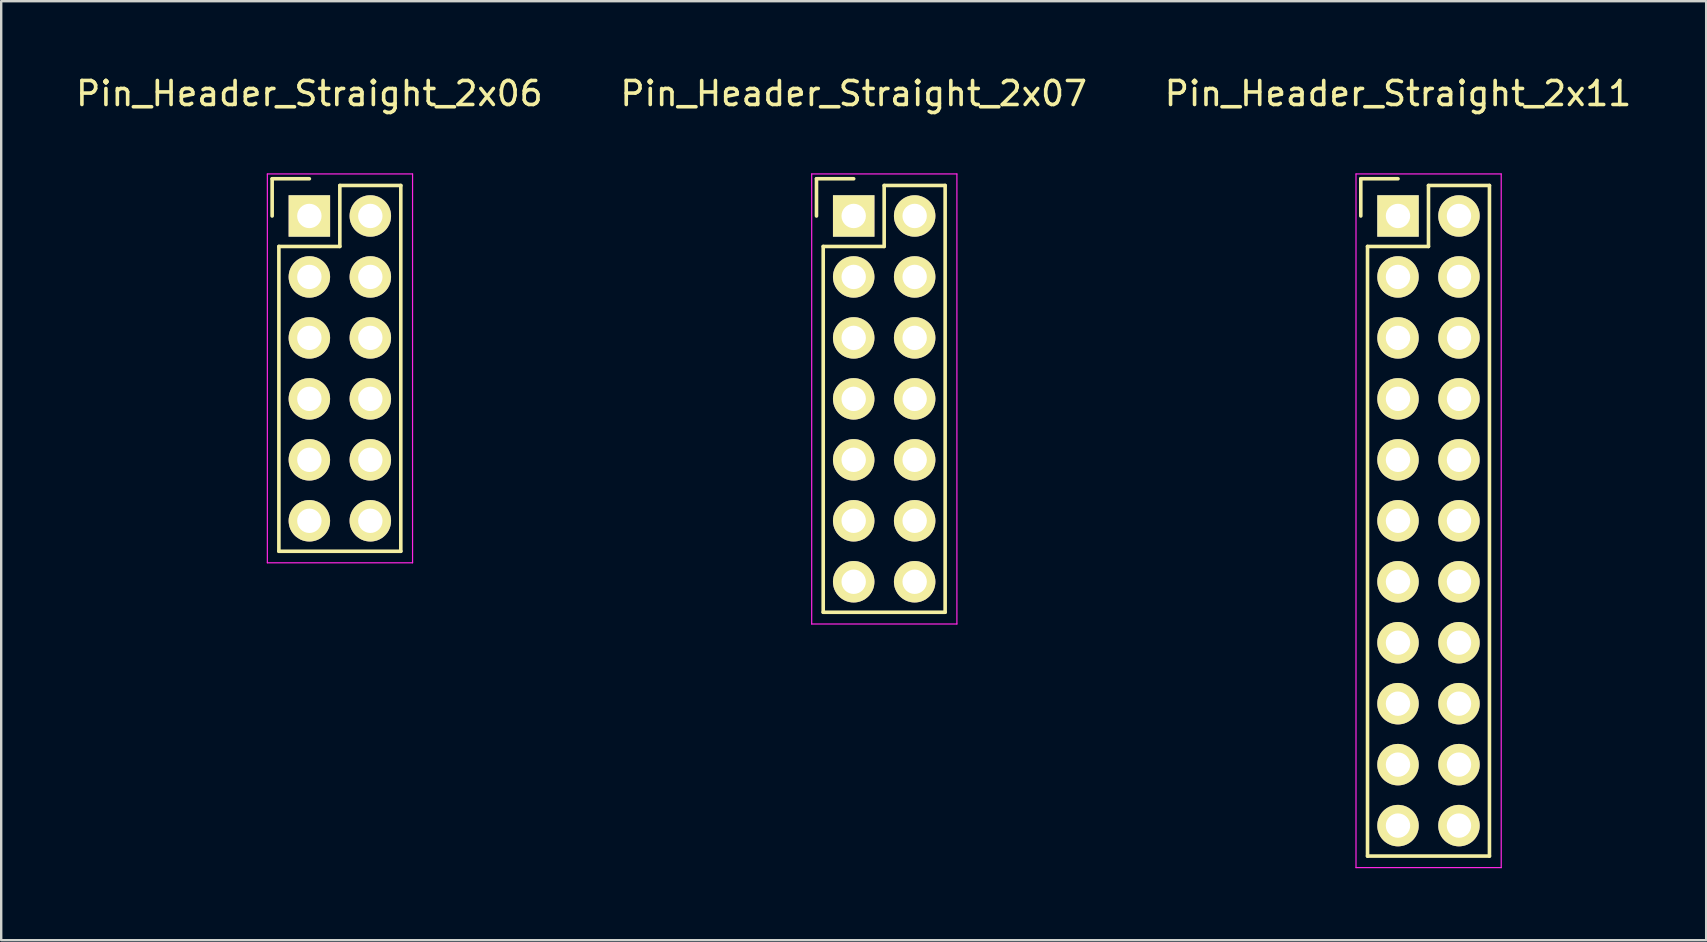
<source format=kicad_pcb>
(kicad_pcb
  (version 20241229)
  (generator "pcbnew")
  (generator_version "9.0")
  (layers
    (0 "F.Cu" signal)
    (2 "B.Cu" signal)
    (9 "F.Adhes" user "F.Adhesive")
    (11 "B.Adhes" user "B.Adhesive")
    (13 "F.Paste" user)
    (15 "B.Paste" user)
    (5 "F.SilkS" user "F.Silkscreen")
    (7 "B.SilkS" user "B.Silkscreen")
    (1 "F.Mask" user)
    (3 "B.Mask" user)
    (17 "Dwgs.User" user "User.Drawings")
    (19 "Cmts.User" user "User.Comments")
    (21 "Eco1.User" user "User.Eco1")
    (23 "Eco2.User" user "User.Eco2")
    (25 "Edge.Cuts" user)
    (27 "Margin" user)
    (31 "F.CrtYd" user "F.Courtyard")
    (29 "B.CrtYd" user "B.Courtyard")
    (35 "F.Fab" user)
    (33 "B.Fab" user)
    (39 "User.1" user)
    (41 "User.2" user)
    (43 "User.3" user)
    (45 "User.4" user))
  (footprint "Pin_Header_Straight_2x06"
    (layer "F.Cu")
    (at 9.839 5.948)
    (property "Reference" "Pin_Header_Straight_2x06" (at 0 -5.1 0) (layer "F.SilkS") (effects (font (size 1 1) (thickness 0.15))))
    (attr through_hole)
    (fp_line (start -1.55 -1.55) (end -1.55 0) (stroke (width 0.15) (type solid)) (layer "F.SilkS"))
    (fp_line (start -1.27 1.27) (end -1.27 13.97) (stroke (width 0.15) (type solid)) (layer "F.SilkS"))
    (fp_line (start 0 -1.55) (end -1.55 -1.55) (stroke (width 0.15) (type solid)) (layer "F.SilkS"))
    (fp_line (start 1.27 -1.27) (end 1.27 1.27) (stroke (width 0.15) (type solid)) (layer "F.SilkS"))
    (fp_line (start 1.27 1.27) (end -1.27 1.27) (stroke (width 0.15) (type solid)) (layer "F.SilkS"))
    (fp_line (start 3.81 -1.27) (end 1.27 -1.27) (stroke (width 0.15) (type solid)) (layer "F.SilkS"))
    (fp_line (start 3.81 13.97) (end -1.27 13.97) (stroke (width 0.15) (type solid)) (layer "F.SilkS"))
    (fp_line (start 3.81 13.97) (end 3.81 -1.27) (stroke (width 0.15) (type solid)) (layer "F.SilkS"))
    (fp_line (start -1.75 -1.75) (end -1.75 14.45) (stroke (width 0.05) (type solid)) (layer "F.CrtYd"))
    (fp_line (start -1.75 -1.75) (end 4.3 -1.75) (stroke (width 0.05) (type solid)) (layer "F.CrtYd"))
    (fp_line (start -1.75 14.45) (end 4.3 14.45) (stroke (width 0.05) (type solid)) (layer "F.CrtYd"))
    (fp_line (start 4.3 -1.75) (end 4.3 14.45) (stroke (width 0.05) (type solid)) (layer "F.CrtYd"))
    (pad "1" thru_hole rect (at 0 0) (size 1.727 1.727) (drill 1.016) (layers "*.Cu" "*.Mask" "F.SilkS"))
    (pad "2" thru_hole oval (at 2.54 0) (size 1.727 1.727) (drill 1.016) (layers "*.Cu" "*.Mask" "F.SilkS"))
    (pad "3" thru_hole oval (at 0 2.54) (size 1.727 1.727) (drill 1.016) (layers "*.Cu" "*.Mask" "F.SilkS"))
    (pad "4" thru_hole oval (at 2.54 2.54) (size 1.727 1.727) (drill 1.016) (layers "*.Cu" "*.Mask" "F.SilkS"))
    (pad "5" thru_hole oval (at 0 5.08) (size 1.727 1.727) (drill 1.016) (layers "*.Cu" "*.Mask" "F.SilkS"))
    (pad "6" thru_hole oval (at 2.54 5.08) (size 1.727 1.727) (drill 1.016) (layers "*.Cu" "*.Mask" "F.SilkS"))
    (pad "7" thru_hole oval (at 0 7.62) (size 1.727 1.727) (drill 1.016) (layers "*.Cu" "*.Mask" "F.SilkS"))
    (pad "8" thru_hole oval (at 2.54 7.62) (size 1.727 1.727) (drill 1.016) (layers "*.Cu" "*.Mask" "F.SilkS"))
    (pad "9" thru_hole oval (at 0 10.16) (size 1.727 1.727) (drill 1.016) (layers "*.Cu" "*.Mask" "F.SilkS"))
    (pad "10" thru_hole oval (at 2.54 10.16) (size 1.727 1.727) (drill 1.016) (layers "*.Cu" "*.Mask" "F.SilkS"))
    (pad "11" thru_hole oval (at 0 12.7) (size 1.727 1.727) (drill 1.016) (layers "*.Cu" "*.Mask" "F.SilkS"))
    (pad "12" thru_hole oval (at 2.54 12.7) (size 1.727 1.727) (drill 1.016) (layers "*.Cu" "*.Mask" "F.SilkS")))
  (footprint "Pin_Header_Straight_2x07"
    (layer "F.Cu")
    (at 32.518 5.948)
    (property "Reference" "Pin_Header_Straight_2x07" (at 0 -5.1 0) (layer "F.SilkS") (effects (font (size 1 1) (thickness 0.15))))
    (attr through_hole)
    (fp_line (start -1.55 -1.55) (end -1.55 0) (stroke (width 0.15) (type solid)) (layer "F.SilkS"))
    (fp_line (start -1.27 1.27) (end -1.27 16.51) (stroke (width 0.15) (type solid)) (layer "F.SilkS"))
    (fp_line (start 0 -1.55) (end -1.55 -1.55) (stroke (width 0.15) (type solid)) (layer "F.SilkS"))
    (fp_line (start 1.27 -1.27) (end 1.27 1.27) (stroke (width 0.15) (type solid)) (layer "F.SilkS"))
    (fp_line (start 1.27 1.27) (end -1.27 1.27) (stroke (width 0.15) (type solid)) (layer "F.SilkS"))
    (fp_line (start 3.81 -1.27) (end 1.27 -1.27) (stroke (width 0.15) (type solid)) (layer "F.SilkS"))
    (fp_line (start 3.81 16.51) (end -1.27 16.51) (stroke (width 0.15) (type solid)) (layer "F.SilkS"))
    (fp_line (start 3.81 16.51) (end 3.81 -1.27) (stroke (width 0.15) (type solid)) (layer "F.SilkS"))
    (fp_line (start -1.75 -1.75) (end -1.75 17) (stroke (width 0.05) (type solid)) (layer "F.CrtYd"))
    (fp_line (start -1.75 -1.75) (end 4.3 -1.75) (stroke (width 0.05) (type solid)) (layer "F.CrtYd"))
    (fp_line (start -1.75 17) (end 4.3 17) (stroke (width 0.05) (type solid)) (layer "F.CrtYd"))
    (fp_line (start 4.3 -1.75) (end 4.3 17) (stroke (width 0.05) (type solid)) (layer "F.CrtYd"))
    (pad "1" thru_hole rect (at 0 0) (size 1.727 1.727) (drill 1.016) (layers "*.Cu" "*.Mask" "F.SilkS"))
    (pad "2" thru_hole oval (at 2.54 0) (size 1.727 1.727) (drill 1.016) (layers "*.Cu" "*.Mask" "F.SilkS"))
    (pad "3" thru_hole oval (at 0 2.54) (size 1.727 1.727) (drill 1.016) (layers "*.Cu" "*.Mask" "F.SilkS"))
    (pad "4" thru_hole oval (at 2.54 2.54) (size 1.727 1.727) (drill 1.016) (layers "*.Cu" "*.Mask" "F.SilkS"))
    (pad "5" thru_hole oval (at 0 5.08) (size 1.727 1.727) (drill 1.016) (layers "*.Cu" "*.Mask" "F.SilkS"))
    (pad "6" thru_hole oval (at 2.54 5.08) (size 1.727 1.727) (drill 1.016) (layers "*.Cu" "*.Mask" "F.SilkS"))
    (pad "7" thru_hole oval (at 0 7.62) (size 1.727 1.727) (drill 1.016) (layers "*.Cu" "*.Mask" "F.SilkS"))
    (pad "8" thru_hole oval (at 2.54 7.62) (size 1.727 1.727) (drill 1.016) (layers "*.Cu" "*.Mask" "F.SilkS"))
    (pad "9" thru_hole oval (at 0 10.16) (size 1.727 1.727) (drill 1.016) (layers "*.Cu" "*.Mask" "F.SilkS"))
    (pad "10" thru_hole oval (at 2.54 10.16) (size 1.727 1.727) (drill 1.016) (layers "*.Cu" "*.Mask" "F.SilkS"))
    (pad "11" thru_hole oval (at 0 12.7) (size 1.727 1.727) (drill 1.016) (layers "*.Cu" "*.Mask" "F.SilkS"))
    (pad "12" thru_hole oval (at 2.54 12.7) (size 1.727 1.727) (drill 1.016) (layers "*.Cu" "*.Mask" "F.SilkS"))
    (pad "13" thru_hole oval (at 0 15.24) (size 1.727 1.727) (drill 1.016) (layers "*.Cu" "*.Mask" "F.SilkS"))
    (pad "14" thru_hole oval (at 2.54 15.24) (size 1.727 1.727) (drill 1.016) (layers "*.Cu" "*.Mask" "F.SilkS")))
  (footprint "Pin_Header_Straight_2x11"
    (layer "F.Cu")
    (at 55.196 5.948)
    (property "Reference" "Pin_Header_Straight_2x11" (at 0 -5.1 0) (layer "F.SilkS") (effects (font (size 1 1) (thickness 0.15))))
    (attr through_hole)
    (fp_line (start -1.55 -1.55) (end -1.55 0) (stroke (width 0.15) (type solid)) (layer "F.SilkS"))
    (fp_line (start -1.27 1.27) (end -1.27 26.67) (stroke (width 0.15) (type solid)) (layer "F.SilkS"))
    (fp_line (start 0 -1.55) (end -1.55 -1.55) (stroke (width 0.15) (type solid)) (layer "F.SilkS"))
    (fp_line (start 1.27 -1.27) (end 1.27 1.27) (stroke (width 0.15) (type solid)) (layer "F.SilkS"))
    (fp_line (start 1.27 1.27) (end -1.27 1.27) (stroke (width 0.15) (type solid)) (layer "F.SilkS"))
    (fp_line (start 3.81 -1.27) (end 1.27 -1.27) (stroke (width 0.15) (type solid)) (layer "F.SilkS"))
    (fp_line (start 3.81 26.67) (end -1.27 26.67) (stroke (width 0.15) (type solid)) (layer "F.SilkS"))
    (fp_line (start 3.81 26.67) (end 3.81 -1.27) (stroke (width 0.15) (type solid)) (layer "F.SilkS"))
    (fp_line (start -1.75 -1.75) (end -1.75 27.15) (stroke (width 0.05) (type solid)) (layer "F.CrtYd"))
    (fp_line (start -1.75 -1.75) (end 4.3 -1.75) (stroke (width 0.05) (type solid)) (layer "F.CrtYd"))
    (fp_line (start -1.75 27.15) (end 4.3 27.15) (stroke (width 0.05) (type solid)) (layer "F.CrtYd"))
    (fp_line (start 4.3 -1.75) (end 4.3 27.15) (stroke (width 0.05) (type solid)) (layer "F.CrtYd"))
    (pad "1" thru_hole rect (at 0 0) (size 1.727 1.727) (drill 1.016) (layers "*.Cu" "*.Mask" "F.SilkS"))
    (pad "2" thru_hole oval (at 2.54 0) (size 1.727 1.727) (drill 1.016) (layers "*.Cu" "*.Mask" "F.SilkS"))
    (pad "3" thru_hole oval (at 0 2.54) (size 1.727 1.727) (drill 1.016) (layers "*.Cu" "*.Mask" "F.SilkS"))
    (pad "4" thru_hole oval (at 2.54 2.54) (size 1.727 1.727) (drill 1.016) (layers "*.Cu" "*.Mask" "F.SilkS"))
    (pad "5" thru_hole oval (at 0 5.08) (size 1.727 1.727) (drill 1.016) (layers "*.Cu" "*.Mask" "F.SilkS"))
    (pad "6" thru_hole oval (at 2.54 5.08) (size 1.727 1.727) (drill 1.016) (layers "*.Cu" "*.Mask" "F.SilkS"))
    (pad "7" thru_hole oval (at 0 7.62) (size 1.727 1.727) (drill 1.016) (layers "*.Cu" "*.Mask" "F.SilkS"))
    (pad "8" thru_hole oval (at 2.54 7.62) (size 1.727 1.727) (drill 1.016) (layers "*.Cu" "*.Mask" "F.SilkS"))
    (pad "9" thru_hole oval (at 0 10.16) (size 1.727 1.727) (drill 1.016) (layers "*.Cu" "*.Mask" "F.SilkS"))
    (pad "10" thru_hole oval (at 2.54 10.16) (size 1.727 1.727) (drill 1.016) (layers "*.Cu" "*.Mask" "F.SilkS"))
    (pad "11" thru_hole oval (at 0 12.7) (size 1.727 1.727) (drill 1.016) (layers "*.Cu" "*.Mask" "F.SilkS"))
    (pad "12" thru_hole oval (at 2.54 12.7) (size 1.727 1.727) (drill 1.016) (layers "*.Cu" "*.Mask" "F.SilkS"))
    (pad "13" thru_hole oval (at 0 15.24) (size 1.727 1.727) (drill 1.016) (layers "*.Cu" "*.Mask" "F.SilkS"))
    (pad "14" thru_hole oval (at 2.54 15.24) (size 1.727 1.727) (drill 1.016) (layers "*.Cu" "*.Mask" "F.SilkS"))
    (pad "15" thru_hole oval (at 0 17.78) (size 1.727 1.727) (drill 1.016) (layers "*.Cu" "*.Mask" "F.SilkS"))
    (pad "16" thru_hole oval (at 2.54 17.78) (size 1.727 1.727) (drill 1.016) (layers "*.Cu" "*.Mask" "F.SilkS"))
    (pad "17" thru_hole oval (at 0 20.32) (size 1.727 1.727) (drill 1.016) (layers "*.Cu" "*.Mask" "F.SilkS"))
    (pad "18" thru_hole oval (at 2.54 20.32) (size 1.727 1.727) (drill 1.016) (layers "*.Cu" "*.Mask" "F.SilkS"))
    (pad "19" thru_hole oval (at 0 22.86) (size 1.727 1.727) (drill 1.016) (layers "*.Cu" "*.Mask" "F.SilkS"))
    (pad "20" thru_hole oval (at 2.54 22.86) (size 1.727 1.727) (drill 1.016) (layers "*.Cu" "*.Mask" "F.SilkS"))
    (pad "21" thru_hole oval (at 0 25.4) (size 1.727 1.727) (drill 1.016) (layers "*.Cu" "*.Mask" "F.SilkS"))
    (pad "22" thru_hole oval (at 2.54 25.4) (size 1.727 1.727) (drill 1.016) (layers "*.Cu" "*.Mask" "F.SilkS")))
  (gr_rect
    (start -3 -3)
    (end 68.036 36.123)
    (stroke (width 0.1) (type default))
    (fill no)
    (layer "Edge.Cuts")))
</source>
